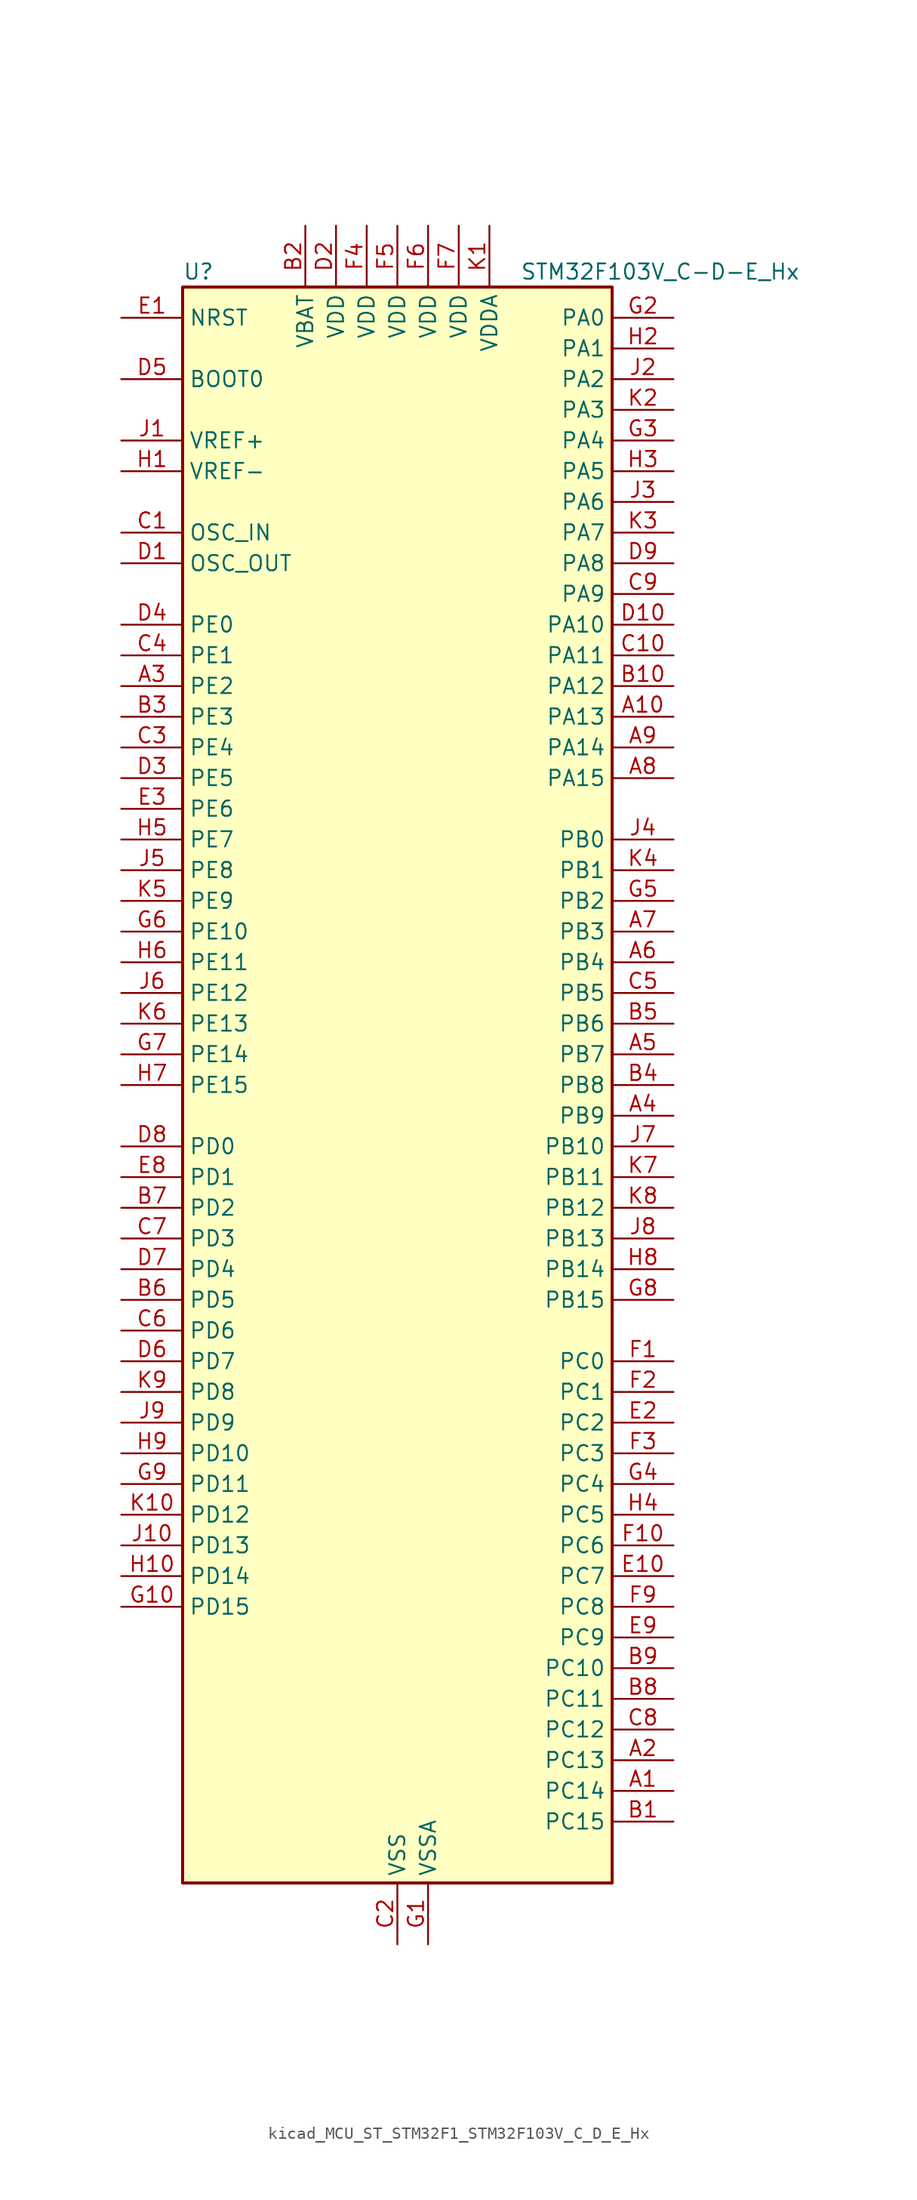
<source format=kicad_sym>
(kicad_symbol_lib
  (version 20220914)
  (generator kicad_symbol_editor)
  (symbol "kicad_MCU_ST_STM32F1_STM32F103V_C_D_E_Hx"
    (property "Reference" "U"
      (at -17.78 67.31 0)
      (effects (font (size 1.27 1.27)) (justify left)))
    (property "Value" "STM32F103V_C-D-E_Hx"
      (at 10.16 67.31 0)
      (effects (font (size 1.27 1.27)) (justify left)))
    (property "ki_locked" ""
      (at 0 0 0)
      (effects (font (size 1.27 1.27))))
    (symbol "kicad_MCU_ST_STM32F1_STM32F103V_C_D_E_Hx_0_1"
      (rectangle (start -17.78 -66.04) (end 17.78 66.04) (stroke (width 0.254) (type default)) (fill (type background))))
    (symbol "kicad_MCU_ST_STM32F1_STM32F103V_C_D_E_Hx_1_1"
      (pin bidirectional line (at 22.86 -58.42 180) (length 5.08) (name "PC14" (effects (font (size 1.27 1.27)))) (number "A1" (effects (font (size 1.27 1.27)))) (alternate "RCC_OSC32_IN" bidirectional line))
      (pin bidirectional line (at 22.86 30.48 180) (length 5.08) (name "PA13" (effects (font (size 1.27 1.27)))) (number "A10" (effects (font (size 1.27 1.27)))) (alternate "SYS_JTMS-SWDIO" bidirectional line))
      (pin bidirectional line (at 22.86 -55.88 180) (length 5.08) (name "PC13" (effects (font (size 1.27 1.27)))) (number "A2" (effects (font (size 1.27 1.27)))) (alternate "RTC_OUT" bidirectional line) (alternate "RTC_TAMPER" bidirectional line))
      (pin bidirectional line (at -22.86 33.02 0) (length 5.08) (name "PE2" (effects (font (size 1.27 1.27)))) (number "A3" (effects (font (size 1.27 1.27)))) (alternate "FSMC_A23" bidirectional line) (alternate "SYS_TRACECLK" bidirectional line))
      (pin bidirectional line (at 22.86 -2.54 180) (length 5.08) (name "PB9" (effects (font (size 1.27 1.27)))) (number "A4" (effects (font (size 1.27 1.27)))) (alternate "CAN_TX" bidirectional line) (alternate "DAC_EXTI9" bidirectional line) (alternate "I2C1_SDA" bidirectional line) (alternate "SDIO_D5" bidirectional line) (alternate "TIM4_CH4" bidirectional line))
      (pin bidirectional line (at 22.86 2.54 180) (length 5.08) (name "PB7" (effects (font (size 1.27 1.27)))) (number "A5" (effects (font (size 1.27 1.27)))) (alternate "FSMC_NL" bidirectional line) (alternate "I2C1_SDA" bidirectional line) (alternate "TIM4_CH2" bidirectional line) (alternate "USART1_RX" bidirectional line))
      (pin bidirectional line (at 22.86 10.16 180) (length 5.08) (name "PB4" (effects (font (size 1.27 1.27)))) (number "A6" (effects (font (size 1.27 1.27)))) (alternate "SPI1_MISO" bidirectional line) (alternate "SPI3_MISO" bidirectional line) (alternate "SYS_NJTRST" bidirectional line) (alternate "TIM3_CH1" bidirectional line))
      (pin bidirectional line (at 22.86 12.7 180) (length 5.08) (name "PB3" (effects (font (size 1.27 1.27)))) (number "A7" (effects (font (size 1.27 1.27)))) (alternate "I2S3_CK" bidirectional line) (alternate "SPI1_SCK" bidirectional line) (alternate "SPI3_SCK" bidirectional line) (alternate "SYS_JTDO-TRACESWO" bidirectional line) (alternate "TIM2_CH2" bidirectional line))
      (pin bidirectional line (at 22.86 25.4 180) (length 5.08) (name "PA15" (effects (font (size 1.27 1.27)))) (number "A8" (effects (font (size 1.27 1.27)))) (alternate "ADC1_EXTI15" bidirectional line) (alternate "ADC2_EXTI15" bidirectional line) (alternate "I2S3_WS" bidirectional line) (alternate "SPI1_NSS" bidirectional line) (alternate "SPI3_NSS" bidirectional line) (alternate "SYS_JTDI" bidirectional line) (alternate "TIM2_CH1" bidirectional line) (alternate "TIM2_ETR" bidirectional line))
      (pin bidirectional line (at 22.86 27.94 180) (length 5.08) (name "PA14" (effects (font (size 1.27 1.27)))) (number "A9" (effects (font (size 1.27 1.27)))) (alternate "SYS_JTCK-SWCLK" bidirectional line))
      (pin bidirectional line (at 22.86 -60.96 180) (length 5.08) (name "PC15" (effects (font (size 1.27 1.27)))) (number "B1" (effects (font (size 1.27 1.27)))) (alternate "ADC1_EXTI15" bidirectional line) (alternate "ADC2_EXTI15" bidirectional line) (alternate "RCC_OSC32_OUT" bidirectional line))
      (pin bidirectional line (at 22.86 33.02 180) (length 5.08) (name "PA12" (effects (font (size 1.27 1.27)))) (number "B10" (effects (font (size 1.27 1.27)))) (alternate "CAN_TX" bidirectional line) (alternate "TIM1_ETR" bidirectional line) (alternate "USART1_RTS" bidirectional line) (alternate "USB_DP" bidirectional line))
      (pin power_in line (at -7.62 71.12 270) (length 5.08) (name "VBAT" (effects (font (size 1.27 1.27)))) (number "B2" (effects (font (size 1.27 1.27)))))
      (pin bidirectional line (at -22.86 30.48 0) (length 5.08) (name "PE3" (effects (font (size 1.27 1.27)))) (number "B3" (effects (font (size 1.27 1.27)))) (alternate "FSMC_A19" bidirectional line) (alternate "SYS_TRACED0" bidirectional line))
      (pin bidirectional line (at 22.86 0 180) (length 5.08) (name "PB8" (effects (font (size 1.27 1.27)))) (number "B4" (effects (font (size 1.27 1.27)))) (alternate "CAN_RX" bidirectional line) (alternate "I2C1_SCL" bidirectional line) (alternate "SDIO_D4" bidirectional line) (alternate "TIM4_CH3" bidirectional line))
      (pin bidirectional line (at 22.86 5.08 180) (length 5.08) (name "PB6" (effects (font (size 1.27 1.27)))) (number "B5" (effects (font (size 1.27 1.27)))) (alternate "I2C1_SCL" bidirectional line) (alternate "TIM4_CH1" bidirectional line) (alternate "USART1_TX" bidirectional line))
      (pin bidirectional line (at -22.86 -17.78 0) (length 5.08) (name "PD5" (effects (font (size 1.27 1.27)))) (number "B6" (effects (font (size 1.27 1.27)))) (alternate "FSMC_NWE" bidirectional line) (alternate "USART2_TX" bidirectional line))
      (pin bidirectional line (at -22.86 -10.16 0) (length 5.08) (name "PD2" (effects (font (size 1.27 1.27)))) (number "B7" (effects (font (size 1.27 1.27)))) (alternate "SDIO_CMD" bidirectional line) (alternate "TIM3_ETR" bidirectional line) (alternate "UART5_RX" bidirectional line))
      (pin bidirectional line (at 22.86 -50.8 180) (length 5.08) (name "PC11" (effects (font (size 1.27 1.27)))) (number "B8" (effects (font (size 1.27 1.27)))) (alternate "ADC1_EXTI11" bidirectional line) (alternate "ADC2_EXTI11" bidirectional line) (alternate "SDIO_D3" bidirectional line) (alternate "UART4_RX" bidirectional line) (alternate "USART3_RX" bidirectional line))
      (pin bidirectional line (at 22.86 -48.26 180) (length 5.08) (name "PC10" (effects (font (size 1.27 1.27)))) (number "B9" (effects (font (size 1.27 1.27)))) (alternate "SDIO_D2" bidirectional line) (alternate "UART4_TX" bidirectional line) (alternate "USART3_TX" bidirectional line))
      (pin input line (at -22.86 45.72 0) (length 5.08) (name "OSC_IN" (effects (font (size 1.27 1.27)))) (number "C1" (effects (font (size 1.27 1.27)))) (alternate "RCC_OSC_IN" bidirectional line))
      (pin bidirectional line (at 22.86 35.56 180) (length 5.08) (name "PA11" (effects (font (size 1.27 1.27)))) (number "C10" (effects (font (size 1.27 1.27)))) (alternate "ADC1_EXTI11" bidirectional line) (alternate "ADC2_EXTI11" bidirectional line) (alternate "CAN_RX" bidirectional line) (alternate "TIM1_CH4" bidirectional line) (alternate "USART1_CTS" bidirectional line) (alternate "USB_DM" bidirectional line))
      (pin power_in line (at 0 -71.12 90) (length 5.08) (name "VSS" (effects (font (size 1.27 1.27)))) (number "C2" (effects (font (size 1.27 1.27)))))
      (pin bidirectional line (at -22.86 27.94 0) (length 5.08) (name "PE4" (effects (font (size 1.27 1.27)))) (number "C3" (effects (font (size 1.27 1.27)))) (alternate "FSMC_A20" bidirectional line) (alternate "SYS_TRACED1" bidirectional line))
      (pin bidirectional line (at -22.86 35.56 0) (length 5.08) (name "PE1" (effects (font (size 1.27 1.27)))) (number "C4" (effects (font (size 1.27 1.27)))) (alternate "FSMC_NBL1" bidirectional line))
      (pin bidirectional line (at 22.86 7.62 180) (length 5.08) (name "PB5" (effects (font (size 1.27 1.27)))) (number "C5" (effects (font (size 1.27 1.27)))) (alternate "I2C1_SMBA" bidirectional line) (alternate "I2S3_SD" bidirectional line) (alternate "SPI1_MOSI" bidirectional line) (alternate "SPI3_MOSI" bidirectional line) (alternate "TIM3_CH2" bidirectional line))
      (pin bidirectional line (at -22.86 -20.32 0) (length 5.08) (name "PD6" (effects (font (size 1.27 1.27)))) (number "C6" (effects (font (size 1.27 1.27)))) (alternate "FSMC_NWAIT" bidirectional line) (alternate "USART2_RX" bidirectional line))
      (pin bidirectional line (at -22.86 -12.7 0) (length 5.08) (name "PD3" (effects (font (size 1.27 1.27)))) (number "C7" (effects (font (size 1.27 1.27)))) (alternate "FSMC_CLK" bidirectional line) (alternate "USART2_CTS" bidirectional line))
      (pin bidirectional line (at 22.86 -53.34 180) (length 5.08) (name "PC12" (effects (font (size 1.27 1.27)))) (number "C8" (effects (font (size 1.27 1.27)))) (alternate "SDIO_CK" bidirectional line) (alternate "UART5_TX" bidirectional line) (alternate "USART3_CK" bidirectional line))
      (pin bidirectional line (at 22.86 40.64 180) (length 5.08) (name "PA9" (effects (font (size 1.27 1.27)))) (number "C9" (effects (font (size 1.27 1.27)))) (alternate "DAC_EXTI9" bidirectional line) (alternate "TIM1_CH2" bidirectional line) (alternate "USART1_TX" bidirectional line))
      (pin input line (at -22.86 43.18 0) (length 5.08) (name "OSC_OUT" (effects (font (size 1.27 1.27)))) (number "D1" (effects (font (size 1.27 1.27)))) (alternate "RCC_OSC_OUT" bidirectional line))
      (pin bidirectional line (at 22.86 38.1 180) (length 5.08) (name "PA10" (effects (font (size 1.27 1.27)))) (number "D10" (effects (font (size 1.27 1.27)))) (alternate "TIM1_CH3" bidirectional line) (alternate "USART1_RX" bidirectional line))
      (pin power_in line (at -5.08 71.12 270) (length 5.08) (name "VDD" (effects (font (size 1.27 1.27)))) (number "D2" (effects (font (size 1.27 1.27)))))
      (pin bidirectional line (at -22.86 25.4 0) (length 5.08) (name "PE5" (effects (font (size 1.27 1.27)))) (number "D3" (effects (font (size 1.27 1.27)))) (alternate "FSMC_A21" bidirectional line) (alternate "SYS_TRACED2" bidirectional line))
      (pin bidirectional line (at -22.86 38.1 0) (length 5.08) (name "PE0" (effects (font (size 1.27 1.27)))) (number "D4" (effects (font (size 1.27 1.27)))) (alternate "FSMC_NBL0" bidirectional line) (alternate "TIM4_ETR" bidirectional line))
      (pin input line (at -22.86 58.42 0) (length 5.08) (name "BOOT0" (effects (font (size 1.27 1.27)))) (number "D5" (effects (font (size 1.27 1.27)))))
      (pin bidirectional line (at -22.86 -22.86 0) (length 5.08) (name "PD7" (effects (font (size 1.27 1.27)))) (number "D6" (effects (font (size 1.27 1.27)))) (alternate "FSMC_NCE2" bidirectional line) (alternate "FSMC_NE1" bidirectional line) (alternate "USART2_CK" bidirectional line))
      (pin bidirectional line (at -22.86 -15.24 0) (length 5.08) (name "PD4" (effects (font (size 1.27 1.27)))) (number "D7" (effects (font (size 1.27 1.27)))) (alternate "FSMC_NOE" bidirectional line) (alternate "USART2_RTS" bidirectional line))
      (pin bidirectional line (at -22.86 -5.08 0) (length 5.08) (name "PD0" (effects (font (size 1.27 1.27)))) (number "D8" (effects (font (size 1.27 1.27)))) (alternate "CAN_RX" bidirectional line) (alternate "FSMC_D2" bidirectional line) (alternate "FSMC_DA2" bidirectional line))
      (pin bidirectional line (at 22.86 43.18 180) (length 5.08) (name "PA8" (effects (font (size 1.27 1.27)))) (number "D9" (effects (font (size 1.27 1.27)))) (alternate "RCC_MCO" bidirectional line) (alternate "TIM1_CH1" bidirectional line) (alternate "USART1_CK" bidirectional line))
      (pin input line (at -22.86 63.5 0) (length 5.08) (name "NRST" (effects (font (size 1.27 1.27)))) (number "E1" (effects (font (size 1.27 1.27)))))
      (pin bidirectional line (at 22.86 -40.64 180) (length 5.08) (name "PC7" (effects (font (size 1.27 1.27)))) (number "E10" (effects (font (size 1.27 1.27)))) (alternate "I2S3_MCK" bidirectional line) (alternate "SDIO_D7" bidirectional line) (alternate "TIM3_CH2" bidirectional line) (alternate "TIM8_CH2" bidirectional line))
      (pin bidirectional line (at 22.86 -27.94 180) (length 5.08) (name "PC2" (effects (font (size 1.27 1.27)))) (number "E2" (effects (font (size 1.27 1.27)))) (alternate "ADC1_IN12" bidirectional line) (alternate "ADC2_IN12" bidirectional line) (alternate "ADC3_IN12" bidirectional line))
      (pin bidirectional line (at -22.86 22.86 0) (length 5.08) (name "PE6" (effects (font (size 1.27 1.27)))) (number "E3" (effects (font (size 1.27 1.27)))) (alternate "FSMC_A22" bidirectional line) (alternate "SYS_TRACED3" bidirectional line))
      (pin passive line (at 0 -71.12 90) (length 5.08) hide (name "VSS" (effects (font (size 1.27 1.27)))) (number "E4" (effects (font (size 1.27 1.27)))))
      (pin passive line (at 0 -71.12 90) (length 5.08) hide (name "VSS" (effects (font (size 1.27 1.27)))) (number "E5" (effects (font (size 1.27 1.27)))))
      (pin passive line (at 0 -71.12 90) (length 5.08) hide (name "VSS" (effects (font (size 1.27 1.27)))) (number "E6" (effects (font (size 1.27 1.27)))))
      (pin passive line (at 0 -71.12 90) (length 5.08) hide (name "VSS" (effects (font (size 1.27 1.27)))) (number "E7" (effects (font (size 1.27 1.27)))))
      (pin bidirectional line (at -22.86 -7.62 0) (length 5.08) (name "PD1" (effects (font (size 1.27 1.27)))) (number "E8" (effects (font (size 1.27 1.27)))) (alternate "CAN_TX" bidirectional line) (alternate "FSMC_D3" bidirectional line) (alternate "FSMC_DA3" bidirectional line))
      (pin bidirectional line (at 22.86 -45.72 180) (length 5.08) (name "PC9" (effects (font (size 1.27 1.27)))) (number "E9" (effects (font (size 1.27 1.27)))) (alternate "DAC_EXTI9" bidirectional line) (alternate "SDIO_D1" bidirectional line) (alternate "TIM3_CH4" bidirectional line) (alternate "TIM8_CH4" bidirectional line))
      (pin bidirectional line (at 22.86 -22.86 180) (length 5.08) (name "PC0" (effects (font (size 1.27 1.27)))) (number "F1" (effects (font (size 1.27 1.27)))) (alternate "ADC1_IN10" bidirectional line) (alternate "ADC2_IN10" bidirectional line) (alternate "ADC3_IN10" bidirectional line))
      (pin bidirectional line (at 22.86 -38.1 180) (length 5.08) (name "PC6" (effects (font (size 1.27 1.27)))) (number "F10" (effects (font (size 1.27 1.27)))) (alternate "I2S2_MCK" bidirectional line) (alternate "SDIO_D6" bidirectional line) (alternate "TIM3_CH1" bidirectional line) (alternate "TIM8_CH1" bidirectional line))
      (pin bidirectional line (at 22.86 -25.4 180) (length 5.08) (name "PC1" (effects (font (size 1.27 1.27)))) (number "F2" (effects (font (size 1.27 1.27)))) (alternate "ADC1_IN11" bidirectional line) (alternate "ADC2_IN11" bidirectional line) (alternate "ADC3_IN11" bidirectional line))
      (pin bidirectional line (at 22.86 -30.48 180) (length 5.08) (name "PC3" (effects (font (size 1.27 1.27)))) (number "F3" (effects (font (size 1.27 1.27)))) (alternate "ADC1_IN13" bidirectional line) (alternate "ADC2_IN13" bidirectional line) (alternate "ADC3_IN13" bidirectional line))
      (pin power_in line (at -2.54 71.12 270) (length 5.08) (name "VDD" (effects (font (size 1.27 1.27)))) (number "F4" (effects (font (size 1.27 1.27)))))
      (pin power_in line (at 0 71.12 270) (length 5.08) (name "VDD" (effects (font (size 1.27 1.27)))) (number "F5" (effects (font (size 1.27 1.27)))))
      (pin power_in line (at 2.54 71.12 270) (length 5.08) (name "VDD" (effects (font (size 1.27 1.27)))) (number "F6" (effects (font (size 1.27 1.27)))))
      (pin power_in line (at 5.08 71.12 270) (length 5.08) (name "VDD" (effects (font (size 1.27 1.27)))) (number "F7" (effects (font (size 1.27 1.27)))))
      (pin no_connect line (at -17.78 -66.04 0) (length 5.08) hide (name "NC" (effects (font (size 1.27 1.27)))) (number "F8" (effects (font (size 1.27 1.27)))))
      (pin bidirectional line (at 22.86 -43.18 180) (length 5.08) (name "PC8" (effects (font (size 1.27 1.27)))) (number "F9" (effects (font (size 1.27 1.27)))) (alternate "SDIO_D0" bidirectional line) (alternate "TIM3_CH3" bidirectional line) (alternate "TIM8_CH3" bidirectional line))
      (pin power_in line (at 2.54 -71.12 90) (length 5.08) (name "VSSA" (effects (font (size 1.27 1.27)))) (number "G1" (effects (font (size 1.27 1.27)))))
      (pin bidirectional line (at -22.86 -43.18 0) (length 5.08) (name "PD15" (effects (font (size 1.27 1.27)))) (number "G10" (effects (font (size 1.27 1.27)))) (alternate "ADC1_EXTI15" bidirectional line) (alternate "ADC2_EXTI15" bidirectional line) (alternate "FSMC_D1" bidirectional line) (alternate "FSMC_DA1" bidirectional line) (alternate "TIM4_CH4" bidirectional line))
      (pin bidirectional line (at 22.86 63.5 180) (length 5.08) (name "PA0" (effects (font (size 1.27 1.27)))) (number "G2" (effects (font (size 1.27 1.27)))) (alternate "ADC1_IN0" bidirectional line) (alternate "ADC2_IN0" bidirectional line) (alternate "ADC3_IN0" bidirectional line) (alternate "SYS_WKUP" bidirectional line) (alternate "TIM2_CH1" bidirectional line) (alternate "TIM2_ETR" bidirectional line) (alternate "TIM5_CH1" bidirectional line) (alternate "TIM8_ETR" bidirectional line) (alternate "USART2_CTS" bidirectional line))
      (pin bidirectional line (at 22.86 53.34 180) (length 5.08) (name "PA4" (effects (font (size 1.27 1.27)))) (number "G3" (effects (font (size 1.27 1.27)))) (alternate "ADC1_IN4" bidirectional line) (alternate "ADC2_IN4" bidirectional line) (alternate "DAC_OUT1" bidirectional line) (alternate "SPI1_NSS" bidirectional line) (alternate "USART2_CK" bidirectional line))
      (pin bidirectional line (at 22.86 -33.02 180) (length 5.08) (name "PC4" (effects (font (size 1.27 1.27)))) (number "G4" (effects (font (size 1.27 1.27)))) (alternate "ADC1_IN14" bidirectional line) (alternate "ADC2_IN14" bidirectional line))
      (pin bidirectional line (at 22.86 15.24 180) (length 5.08) (name "PB2" (effects (font (size 1.27 1.27)))) (number "G5" (effects (font (size 1.27 1.27)))))
      (pin bidirectional line (at -22.86 12.7 0) (length 5.08) (name "PE10" (effects (font (size 1.27 1.27)))) (number "G6" (effects (font (size 1.27 1.27)))) (alternate "FSMC_D7" bidirectional line) (alternate "FSMC_DA7" bidirectional line) (alternate "TIM1_CH2N" bidirectional line))
      (pin bidirectional line (at -22.86 2.54 0) (length 5.08) (name "PE14" (effects (font (size 1.27 1.27)))) (number "G7" (effects (font (size 1.27 1.27)))) (alternate "FSMC_D11" bidirectional line) (alternate "FSMC_DA11" bidirectional line) (alternate "TIM1_CH4" bidirectional line))
      (pin bidirectional line (at 22.86 -17.78 180) (length 5.08) (name "PB15" (effects (font (size 1.27 1.27)))) (number "G8" (effects (font (size 1.27 1.27)))) (alternate "ADC1_EXTI15" bidirectional line) (alternate "ADC2_EXTI15" bidirectional line) (alternate "I2S2_SD" bidirectional line) (alternate "SPI2_MOSI" bidirectional line) (alternate "TIM1_CH3N" bidirectional line))
      (pin bidirectional line (at -22.86 -33.02 0) (length 5.08) (name "PD11" (effects (font (size 1.27 1.27)))) (number "G9" (effects (font (size 1.27 1.27)))) (alternate "ADC1_EXTI11" bidirectional line) (alternate "ADC2_EXTI11" bidirectional line) (alternate "FSMC_A16" bidirectional line) (alternate "FSMC_CLE" bidirectional line) (alternate "USART3_CTS" bidirectional line))
      (pin input line (at -22.86 50.8 0) (length 5.08) (name "VREF-" (effects (font (size 1.27 1.27)))) (number "H1" (effects (font (size 1.27 1.27)))))
      (pin bidirectional line (at -22.86 -40.64 0) (length 5.08) (name "PD14" (effects (font (size 1.27 1.27)))) (number "H10" (effects (font (size 1.27 1.27)))) (alternate "FSMC_D0" bidirectional line) (alternate "FSMC_DA0" bidirectional line) (alternate "TIM4_CH3" bidirectional line))
      (pin bidirectional line (at 22.86 60.96 180) (length 5.08) (name "PA1" (effects (font (size 1.27 1.27)))) (number "H2" (effects (font (size 1.27 1.27)))) (alternate "ADC1_IN1" bidirectional line) (alternate "ADC2_IN1" bidirectional line) (alternate "ADC3_IN1" bidirectional line) (alternate "TIM2_CH2" bidirectional line) (alternate "TIM5_CH2" bidirectional line) (alternate "USART2_RTS" bidirectional line))
      (pin bidirectional line (at 22.86 50.8 180) (length 5.08) (name "PA5" (effects (font (size 1.27 1.27)))) (number "H3" (effects (font (size 1.27 1.27)))) (alternate "ADC1_IN5" bidirectional line) (alternate "ADC2_IN5" bidirectional line) (alternate "DAC_OUT2" bidirectional line) (alternate "SPI1_SCK" bidirectional line))
      (pin bidirectional line (at 22.86 -35.56 180) (length 5.08) (name "PC5" (effects (font (size 1.27 1.27)))) (number "H4" (effects (font (size 1.27 1.27)))) (alternate "ADC1_IN15" bidirectional line) (alternate "ADC2_IN15" bidirectional line))
      (pin bidirectional line (at -22.86 20.32 0) (length 5.08) (name "PE7" (effects (font (size 1.27 1.27)))) (number "H5" (effects (font (size 1.27 1.27)))) (alternate "FSMC_D4" bidirectional line) (alternate "FSMC_DA4" bidirectional line) (alternate "TIM1_ETR" bidirectional line))
      (pin bidirectional line (at -22.86 10.16 0) (length 5.08) (name "PE11" (effects (font (size 1.27 1.27)))) (number "H6" (effects (font (size 1.27 1.27)))) (alternate "ADC1_EXTI11" bidirectional line) (alternate "ADC2_EXTI11" bidirectional line) (alternate "FSMC_D8" bidirectional line) (alternate "FSMC_DA8" bidirectional line) (alternate "TIM1_CH2" bidirectional line))
      (pin bidirectional line (at -22.86 0 0) (length 5.08) (name "PE15" (effects (font (size 1.27 1.27)))) (number "H7" (effects (font (size 1.27 1.27)))) (alternate "ADC1_EXTI15" bidirectional line) (alternate "ADC2_EXTI15" bidirectional line) (alternate "FSMC_D12" bidirectional line) (alternate "FSMC_DA12" bidirectional line) (alternate "TIM1_BKIN" bidirectional line))
      (pin bidirectional line (at 22.86 -15.24 180) (length 5.08) (name "PB14" (effects (font (size 1.27 1.27)))) (number "H8" (effects (font (size 1.27 1.27)))) (alternate "SPI2_MISO" bidirectional line) (alternate "TIM1_CH2N" bidirectional line) (alternate "USART3_RTS" bidirectional line))
      (pin bidirectional line (at -22.86 -30.48 0) (length 5.08) (name "PD10" (effects (font (size 1.27 1.27)))) (number "H9" (effects (font (size 1.27 1.27)))) (alternate "FSMC_D15" bidirectional line) (alternate "FSMC_DA15" bidirectional line) (alternate "USART3_CK" bidirectional line))
      (pin input line (at -22.86 53.34 0) (length 5.08) (name "VREF+" (effects (font (size 1.27 1.27)))) (number "J1" (effects (font (size 1.27 1.27)))))
      (pin bidirectional line (at -22.86 -38.1 0) (length 5.08) (name "PD13" (effects (font (size 1.27 1.27)))) (number "J10" (effects (font (size 1.27 1.27)))) (alternate "FSMC_A18" bidirectional line) (alternate "TIM4_CH2" bidirectional line))
      (pin bidirectional line (at 22.86 58.42 180) (length 5.08) (name "PA2" (effects (font (size 1.27 1.27)))) (number "J2" (effects (font (size 1.27 1.27)))) (alternate "ADC1_IN2" bidirectional line) (alternate "ADC2_IN2" bidirectional line) (alternate "ADC3_IN2" bidirectional line) (alternate "TIM2_CH3" bidirectional line) (alternate "TIM5_CH3" bidirectional line) (alternate "USART2_TX" bidirectional line))
      (pin bidirectional line (at 22.86 48.26 180) (length 5.08) (name "PA6" (effects (font (size 1.27 1.27)))) (number "J3" (effects (font (size 1.27 1.27)))) (alternate "ADC1_IN6" bidirectional line) (alternate "ADC2_IN6" bidirectional line) (alternate "SPI1_MISO" bidirectional line) (alternate "TIM1_BKIN" bidirectional line) (alternate "TIM3_CH1" bidirectional line) (alternate "TIM8_BKIN" bidirectional line))
      (pin bidirectional line (at 22.86 20.32 180) (length 5.08) (name "PB0" (effects (font (size 1.27 1.27)))) (number "J4" (effects (font (size 1.27 1.27)))) (alternate "ADC1_IN8" bidirectional line) (alternate "ADC2_IN8" bidirectional line) (alternate "TIM1_CH2N" bidirectional line) (alternate "TIM3_CH3" bidirectional line) (alternate "TIM8_CH2N" bidirectional line))
      (pin bidirectional line (at -22.86 17.78 0) (length 5.08) (name "PE8" (effects (font (size 1.27 1.27)))) (number "J5" (effects (font (size 1.27 1.27)))) (alternate "FSMC_D5" bidirectional line) (alternate "FSMC_DA5" bidirectional line) (alternate "TIM1_CH1N" bidirectional line))
      (pin bidirectional line (at -22.86 7.62 0) (length 5.08) (name "PE12" (effects (font (size 1.27 1.27)))) (number "J6" (effects (font (size 1.27 1.27)))) (alternate "FSMC_D9" bidirectional line) (alternate "FSMC_DA9" bidirectional line) (alternate "TIM1_CH3N" bidirectional line))
      (pin bidirectional line (at 22.86 -5.08 180) (length 5.08) (name "PB10" (effects (font (size 1.27 1.27)))) (number "J7" (effects (font (size 1.27 1.27)))) (alternate "I2C2_SCL" bidirectional line) (alternate "TIM2_CH3" bidirectional line) (alternate "USART3_TX" bidirectional line))
      (pin bidirectional line (at 22.86 -12.7 180) (length 5.08) (name "PB13" (effects (font (size 1.27 1.27)))) (number "J8" (effects (font (size 1.27 1.27)))) (alternate "I2S2_CK" bidirectional line) (alternate "SPI2_SCK" bidirectional line) (alternate "TIM1_CH1N" bidirectional line) (alternate "USART3_CTS" bidirectional line))
      (pin bidirectional line (at -22.86 -27.94 0) (length 5.08) (name "PD9" (effects (font (size 1.27 1.27)))) (number "J9" (effects (font (size 1.27 1.27)))) (alternate "DAC_EXTI9" bidirectional line) (alternate "FSMC_D14" bidirectional line) (alternate "FSMC_DA14" bidirectional line) (alternate "USART3_RX" bidirectional line))
      (pin power_in line (at 7.62 71.12 270) (length 5.08) (name "VDDA" (effects (font (size 1.27 1.27)))) (number "K1" (effects (font (size 1.27 1.27)))))
      (pin bidirectional line (at -22.86 -35.56 0) (length 5.08) (name "PD12" (effects (font (size 1.27 1.27)))) (number "K10" (effects (font (size 1.27 1.27)))) (alternate "FSMC_A17" bidirectional line) (alternate "FSMC_ALE" bidirectional line) (alternate "TIM4_CH1" bidirectional line) (alternate "USART3_RTS" bidirectional line))
      (pin bidirectional line (at 22.86 55.88 180) (length 5.08) (name "PA3" (effects (font (size 1.27 1.27)))) (number "K2" (effects (font (size 1.27 1.27)))) (alternate "ADC1_IN3" bidirectional line) (alternate "ADC2_IN3" bidirectional line) (alternate "ADC3_IN3" bidirectional line) (alternate "TIM2_CH4" bidirectional line) (alternate "TIM5_CH4" bidirectional line) (alternate "USART2_RX" bidirectional line))
      (pin bidirectional line (at 22.86 45.72 180) (length 5.08) (name "PA7" (effects (font (size 1.27 1.27)))) (number "K3" (effects (font (size 1.27 1.27)))) (alternate "ADC1_IN7" bidirectional line) (alternate "ADC2_IN7" bidirectional line) (alternate "SPI1_MOSI" bidirectional line) (alternate "TIM1_CH1N" bidirectional line) (alternate "TIM3_CH2" bidirectional line) (alternate "TIM8_CH1N" bidirectional line))
      (pin bidirectional line (at 22.86 17.78 180) (length 5.08) (name "PB1" (effects (font (size 1.27 1.27)))) (number "K4" (effects (font (size 1.27 1.27)))) (alternate "ADC1_IN9" bidirectional line) (alternate "ADC2_IN9" bidirectional line) (alternate "TIM1_CH3N" bidirectional line) (alternate "TIM3_CH4" bidirectional line) (alternate "TIM8_CH3N" bidirectional line))
      (pin bidirectional line (at -22.86 15.24 0) (length 5.08) (name "PE9" (effects (font (size 1.27 1.27)))) (number "K5" (effects (font (size 1.27 1.27)))) (alternate "DAC_EXTI9" bidirectional line) (alternate "FSMC_D6" bidirectional line) (alternate "FSMC_DA6" bidirectional line) (alternate "TIM1_CH1" bidirectional line))
      (pin bidirectional line (at -22.86 5.08 0) (length 5.08) (name "PE13" (effects (font (size 1.27 1.27)))) (number "K6" (effects (font (size 1.27 1.27)))) (alternate "FSMC_D10" bidirectional line) (alternate "FSMC_DA10" bidirectional line) (alternate "TIM1_CH3" bidirectional line))
      (pin bidirectional line (at 22.86 -7.62 180) (length 5.08) (name "PB11" (effects (font (size 1.27 1.27)))) (number "K7" (effects (font (size 1.27 1.27)))) (alternate "ADC1_EXTI11" bidirectional line) (alternate "ADC2_EXTI11" bidirectional line) (alternate "I2C2_SDA" bidirectional line) (alternate "TIM2_CH4" bidirectional line) (alternate "USART3_RX" bidirectional line))
      (pin bidirectional line (at 22.86 -10.16 180) (length 5.08) (name "PB12" (effects (font (size 1.27 1.27)))) (number "K8" (effects (font (size 1.27 1.27)))) (alternate "I2C2_SMBA" bidirectional line) (alternate "I2S2_WS" bidirectional line) (alternate "SPI2_NSS" bidirectional line) (alternate "TIM1_BKIN" bidirectional line) (alternate "USART3_CK" bidirectional line))
      (pin bidirectional line (at -22.86 -25.4 0) (length 5.08) (name "PD8" (effects (font (size 1.27 1.27)))) (number "K9" (effects (font (size 1.27 1.27)))) (alternate "FSMC_D13" bidirectional line) (alternate "FSMC_DA13" bidirectional line) (alternate "USART3_TX" bidirectional line)))))
</source>
